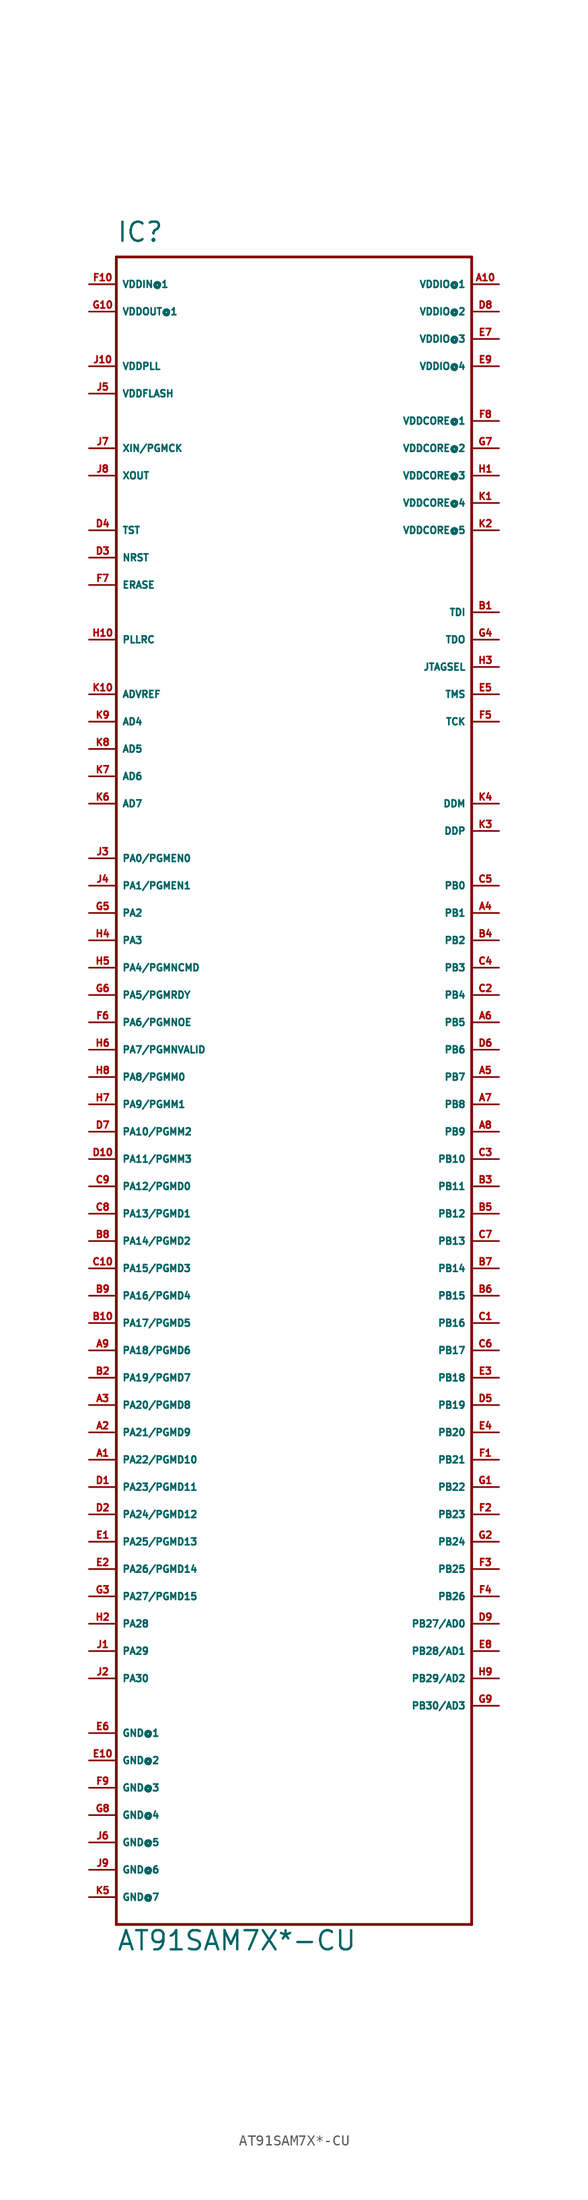
<source format=kicad_sym>
(kicad_symbol_lib
  (version 20220914)
  (generator Eagle2Kicad)
  (symbol "AT91SAM7X*-CU"
    (property "Reference" "IC"
      (at -17.78 77.47 0)
      (effects (font (size 1.778 1.778) (thickness 0.22)) (justify left bottom)))
    (property "Value" "AT91SAM7X*-CU"
      (at -17.78 -81.28 0)
      (effects (font (size 1.778 1.778) (thickness 0.22)) (justify left bottom)))
    (polyline
      (pts (xy -17.78 76.2) (xy 15.24 76.2))
      (stroke (width 0.254) (type default))
      (fill (type none)))
    (polyline
      (pts (xy 15.24 76.2) (xy 15.24 -78.74))
      (stroke (width 0.254) (type default))
      (fill (type none)))
    (polyline
      (pts (xy 15.24 -78.74) (xy -17.78 -78.74))
      (stroke (width 0.254) (type default))
      (fill (type none)))
    (polyline
      (pts (xy -17.78 -78.74) (xy -17.78 76.2))
      (stroke (width 0.254) (type default))
      (fill (type none)))
    (pin bidirectional line
      (at -20.32 35.56 0)
      (length 2.54)
      (name "ADVREF" (effects (font (size 0.635 0.635) (thickness 0.08)) (justify left bottom)))
      (number "K10" (effects (font (size 0.635 0.635) (thickness 0.08)) (justify left bottom))))
    (pin bidirectional line
      (at -20.32 -60.96 0)
      (length 2.54)
      (name "GND@1" (effects (font (size 0.635 0.635) (thickness 0.08)) (justify left bottom)))
      (number "E6" (effects (font (size 0.635 0.635) (thickness 0.08)) (justify left bottom))))
    (pin bidirectional line
      (at -20.32 33.02 0)
      (length 2.54)
      (name "AD4" (effects (font (size 0.635 0.635) (thickness 0.08)) (justify left bottom)))
      (number "K9" (effects (font (size 0.635 0.635) (thickness 0.08)) (justify left bottom))))
    (pin bidirectional line
      (at -20.32 30.48 0)
      (length 2.54)
      (name "AD5" (effects (font (size 0.635 0.635) (thickness 0.08)) (justify left bottom)))
      (number "K8" (effects (font (size 0.635 0.635) (thickness 0.08)) (justify left bottom))))
    (pin bidirectional line
      (at -20.32 27.94 0)
      (length 2.54)
      (name "AD6" (effects (font (size 0.635 0.635) (thickness 0.08)) (justify left bottom)))
      (number "K7" (effects (font (size 0.635 0.635) (thickness 0.08)) (justify left bottom))))
    (pin bidirectional line
      (at -20.32 25.4 0)
      (length 2.54)
      (name "AD7" (effects (font (size 0.635 0.635) (thickness 0.08)) (justify left bottom)))
      (number "K6" (effects (font (size 0.635 0.635) (thickness 0.08)) (justify left bottom))))
    (pin output line
      (at -20.32 71.12 0)
      (length 2.54)
      (name "VDDOUT@1" (effects (font (size 0.635 0.635) (thickness 0.08)) (justify left bottom)))
      (number "G10" (effects (font (size 0.635 0.635) (thickness 0.08)) (justify left bottom))))
    (pin bidirectional line
      (at -20.32 73.66 0)
      (length 2.54)
      (name "VDDIN@1" (effects (font (size 0.635 0.635) (thickness 0.08)) (justify left bottom)))
      (number "F10" (effects (font (size 0.635 0.635) (thickness 0.08)) (justify left bottom))))
    (pin bidirectional line
      (at 17.78 -50.8 180)
      (length 2.54)
      (name "PB27/AD0" (effects (font (size 0.635 0.635) (thickness 0.08)) (justify left bottom)))
      (number "D9" (effects (font (size 0.635 0.635) (thickness 0.08)) (justify left bottom))))
    (pin bidirectional line
      (at 17.78 -53.34 180)
      (length 2.54)
      (name "PB28/AD1" (effects (font (size 0.635 0.635) (thickness 0.08)) (justify left bottom)))
      (number "E8" (effects (font (size 0.635 0.635) (thickness 0.08)) (justify left bottom))))
    (pin bidirectional line
      (at 17.78 -55.88 180)
      (length 2.54)
      (name "PB29/AD2" (effects (font (size 0.635 0.635) (thickness 0.08)) (justify left bottom)))
      (number "H9" (effects (font (size 0.635 0.635) (thickness 0.08)) (justify left bottom))))
    (pin bidirectional line
      (at 17.78 -58.42 180)
      (length 2.54)
      (name "PB30/AD3" (effects (font (size 0.635 0.635) (thickness 0.08)) (justify left bottom)))
      (number "G9" (effects (font (size 0.635 0.635) (thickness 0.08)) (justify left bottom))))
    (pin bidirectional line
      (at -20.32 0 0)
      (length 2.54)
      (name "PA8/PGMM0" (effects (font (size 0.635 0.635) (thickness 0.08)) (justify left bottom)))
      (number "H8" (effects (font (size 0.635 0.635) (thickness 0.08)) (justify left bottom))))
    (pin bidirectional line
      (at -20.32 -2.54 0)
      (length 2.54)
      (name "PA9/PGMM1" (effects (font (size 0.635 0.635) (thickness 0.08)) (justify left bottom)))
      (number "H7" (effects (font (size 0.635 0.635) (thickness 0.08)) (justify left bottom))))
    (pin bidirectional line
      (at 17.78 60.96 180)
      (length 2.54)
      (name "VDDCORE@1" (effects (font (size 0.635 0.635) (thickness 0.08)) (justify left bottom)))
      (number "F8" (effects (font (size 0.635 0.635) (thickness 0.08)) (justify left bottom))))
    (pin bidirectional line
      (at -20.32 -63.5 0)
      (length 2.54)
      (name "GND@2" (effects (font (size 0.635 0.635) (thickness 0.08)) (justify left bottom)))
      (number "E10" (effects (font (size 0.635 0.635) (thickness 0.08)) (justify left bottom))))
    (pin bidirectional line
      (at 17.78 73.66 180)
      (length 2.54)
      (name "VDDIO@1" (effects (font (size 0.635 0.635) (thickness 0.08)) (justify left bottom)))
      (number "A10" (effects (font (size 0.635 0.635) (thickness 0.08)) (justify left bottom))))
    (pin bidirectional line
      (at -20.32 -5.08 0)
      (length 2.54)
      (name "PA10/PGMM2" (effects (font (size 0.635 0.635) (thickness 0.08)) (justify left bottom)))
      (number "D7" (effects (font (size 0.635 0.635) (thickness 0.08)) (justify left bottom))))
    (pin bidirectional line
      (at -20.32 -7.62 0)
      (length 2.54)
      (name "PA11/PGMM3" (effects (font (size 0.635 0.635) (thickness 0.08)) (justify left bottom)))
      (number "D10" (effects (font (size 0.635 0.635) (thickness 0.08)) (justify left bottom))))
    (pin bidirectional line
      (at -20.32 -10.16 0)
      (length 2.54)
      (name "PA12/PGMD0" (effects (font (size 0.635 0.635) (thickness 0.08)) (justify left bottom)))
      (number "C9" (effects (font (size 0.635 0.635) (thickness 0.08)) (justify left bottom))))
    (pin bidirectional line
      (at -20.32 -12.7 0)
      (length 2.54)
      (name "PA13/PGMD1" (effects (font (size 0.635 0.635) (thickness 0.08)) (justify left bottom)))
      (number "C8" (effects (font (size 0.635 0.635) (thickness 0.08)) (justify left bottom))))
    (pin bidirectional line
      (at -20.32 -15.24 0)
      (length 2.54)
      (name "PA14/PGMD2" (effects (font (size 0.635 0.635) (thickness 0.08)) (justify left bottom)))
      (number "B8" (effects (font (size 0.635 0.635) (thickness 0.08)) (justify left bottom))))
    (pin bidirectional line
      (at -20.32 -17.78 0)
      (length 2.54)
      (name "PA15/PGMD3" (effects (font (size 0.635 0.635) (thickness 0.08)) (justify left bottom)))
      (number "C10" (effects (font (size 0.635 0.635) (thickness 0.08)) (justify left bottom))))
    (pin bidirectional line
      (at -20.32 -20.32 0)
      (length 2.54)
      (name "PA16/PGMD4" (effects (font (size 0.635 0.635) (thickness 0.08)) (justify left bottom)))
      (number "B9" (effects (font (size 0.635 0.635) (thickness 0.08)) (justify left bottom))))
    (pin bidirectional line
      (at -20.32 -22.86 0)
      (length 2.54)
      (name "PA17/PGMD5" (effects (font (size 0.635 0.635) (thickness 0.08)) (justify left bottom)))
      (number "B10" (effects (font (size 0.635 0.635) (thickness 0.08)) (justify left bottom))))
    (pin bidirectional line
      (at -20.32 -25.4 0)
      (length 2.54)
      (name "PA18/PGMD6" (effects (font (size 0.635 0.635) (thickness 0.08)) (justify left bottom)))
      (number "A9" (effects (font (size 0.635 0.635) (thickness 0.08)) (justify left bottom))))
    (pin bidirectional line
      (at 17.78 -5.08 180)
      (length 2.54)
      (name "PB9" (effects (font (size 0.635 0.635) (thickness 0.08)) (justify left bottom)))
      (number "A8" (effects (font (size 0.635 0.635) (thickness 0.08)) (justify left bottom))))
    (pin bidirectional line
      (at 17.78 15.24 180)
      (length 2.54)
      (name "PB1" (effects (font (size 0.635 0.635) (thickness 0.08)) (justify left bottom)))
      (number "A4" (effects (font (size 0.635 0.635) (thickness 0.08)) (justify left bottom))))
    (pin bidirectional line
      (at 17.78 12.7 180)
      (length 2.54)
      (name "PB2" (effects (font (size 0.635 0.635) (thickness 0.08)) (justify left bottom)))
      (number "B4" (effects (font (size 0.635 0.635) (thickness 0.08)) (justify left bottom))))
    (pin bidirectional line
      (at 17.78 10.16 180)
      (length 2.54)
      (name "PB3" (effects (font (size 0.635 0.635) (thickness 0.08)) (justify left bottom)))
      (number "C4" (effects (font (size 0.635 0.635) (thickness 0.08)) (justify left bottom))))
    (pin bidirectional line
      (at 17.78 7.62 180)
      (length 2.54)
      (name "PB4" (effects (font (size 0.635 0.635) (thickness 0.08)) (justify left bottom)))
      (number "C2" (effects (font (size 0.635 0.635) (thickness 0.08)) (justify left bottom))))
    (pin bidirectional line
      (at 17.78 5.08 180)
      (length 2.54)
      (name "PB5" (effects (font (size 0.635 0.635) (thickness 0.08)) (justify left bottom)))
      (number "A6" (effects (font (size 0.635 0.635) (thickness 0.08)) (justify left bottom))))
    (pin bidirectional line
      (at 17.78 2.54 180)
      (length 2.54)
      (name "PB6" (effects (font (size 0.635 0.635) (thickness 0.08)) (justify left bottom)))
      (number "D6" (effects (font (size 0.635 0.635) (thickness 0.08)) (justify left bottom))))
    (pin bidirectional line
      (at 17.78 0 180)
      (length 2.54)
      (name "PB7" (effects (font (size 0.635 0.635) (thickness 0.08)) (justify left bottom)))
      (number "A5" (effects (font (size 0.635 0.635) (thickness 0.08)) (justify left bottom))))
    (pin bidirectional line
      (at 17.78 -2.54 180)
      (length 2.54)
      (name "PB8" (effects (font (size 0.635 0.635) (thickness 0.08)) (justify left bottom)))
      (number "A7" (effects (font (size 0.635 0.635) (thickness 0.08)) (justify left bottom))))
    (pin bidirectional line
      (at 17.78 -7.62 180)
      (length 2.54)
      (name "PB10" (effects (font (size 0.635 0.635) (thickness 0.08)) (justify left bottom)))
      (number "C3" (effects (font (size 0.635 0.635) (thickness 0.08)) (justify left bottom))))
    (pin bidirectional line
      (at 17.78 -10.16 180)
      (length 2.54)
      (name "PB11" (effects (font (size 0.635 0.635) (thickness 0.08)) (justify left bottom)))
      (number "B3" (effects (font (size 0.635 0.635) (thickness 0.08)) (justify left bottom))))
    (pin bidirectional line
      (at 17.78 -12.7 180)
      (length 2.54)
      (name "PB12" (effects (font (size 0.635 0.635) (thickness 0.08)) (justify left bottom)))
      (number "B5" (effects (font (size 0.635 0.635) (thickness 0.08)) (justify left bottom))))
    (pin bidirectional line
      (at 17.78 -15.24 180)
      (length 2.54)
      (name "PB13" (effects (font (size 0.635 0.635) (thickness 0.08)) (justify left bottom)))
      (number "C7" (effects (font (size 0.635 0.635) (thickness 0.08)) (justify left bottom))))
    (pin bidirectional line
      (at 17.78 -17.78 180)
      (length 2.54)
      (name "PB14" (effects (font (size 0.635 0.635) (thickness 0.08)) (justify left bottom)))
      (number "B7" (effects (font (size 0.635 0.635) (thickness 0.08)) (justify left bottom))))
    (pin bidirectional line
      (at 17.78 -20.32 180)
      (length 2.54)
      (name "PB15" (effects (font (size 0.635 0.635) (thickness 0.08)) (justify left bottom)))
      (number "B6" (effects (font (size 0.635 0.635) (thickness 0.08)) (justify left bottom))))
    (pin bidirectional line
      (at 17.78 -22.86 180)
      (length 2.54)
      (name "PB16" (effects (font (size 0.635 0.635) (thickness 0.08)) (justify left bottom)))
      (number "C1" (effects (font (size 0.635 0.635) (thickness 0.08)) (justify left bottom))))
    (pin bidirectional line
      (at 17.78 -25.4 180)
      (length 2.54)
      (name "PB17" (effects (font (size 0.635 0.635) (thickness 0.08)) (justify left bottom)))
      (number "C6" (effects (font (size 0.635 0.635) (thickness 0.08)) (justify left bottom))))
    (pin bidirectional line
      (at 17.78 -27.94 180)
      (length 2.54)
      (name "PB18" (effects (font (size 0.635 0.635) (thickness 0.08)) (justify left bottom)))
      (number "E3" (effects (font (size 0.635 0.635) (thickness 0.08)) (justify left bottom))))
    (pin bidirectional line
      (at -20.32 -27.94 0)
      (length 2.54)
      (name "PA19/PGMD7" (effects (font (size 0.635 0.635) (thickness 0.08)) (justify left bottom)))
      (number "B2" (effects (font (size 0.635 0.635) (thickness 0.08)) (justify left bottom))))
    (pin bidirectional line
      (at -20.32 -30.48 0)
      (length 2.54)
      (name "PA20/PGMD8" (effects (font (size 0.635 0.635) (thickness 0.08)) (justify left bottom)))
      (number "A3" (effects (font (size 0.635 0.635) (thickness 0.08)) (justify left bottom))))
    (pin bidirectional line
      (at 17.78 -35.56 180)
      (length 2.54)
      (name "PB21" (effects (font (size 0.635 0.635) (thickness 0.08)) (justify left bottom)))
      (number "F1" (effects (font (size 0.635 0.635) (thickness 0.08)) (justify left bottom))))
    (pin bidirectional line
      (at 17.78 -38.1 180)
      (length 2.54)
      (name "PB22" (effects (font (size 0.635 0.635) (thickness 0.08)) (justify left bottom)))
      (number "G1" (effects (font (size 0.635 0.635) (thickness 0.08)) (justify left bottom))))
    (pin bidirectional line
      (at 17.78 -40.64 180)
      (length 2.54)
      (name "PB23" (effects (font (size 0.635 0.635) (thickness 0.08)) (justify left bottom)))
      (number "F2" (effects (font (size 0.635 0.635) (thickness 0.08)) (justify left bottom))))
    (pin bidirectional line
      (at 17.78 -43.18 180)
      (length 2.54)
      (name "PB24" (effects (font (size 0.635 0.635) (thickness 0.08)) (justify left bottom)))
      (number "G2" (effects (font (size 0.635 0.635) (thickness 0.08)) (justify left bottom))))
    (pin bidirectional line
      (at 17.78 -45.72 180)
      (length 2.54)
      (name "PB25" (effects (font (size 0.635 0.635) (thickness 0.08)) (justify left bottom)))
      (number "F3" (effects (font (size 0.635 0.635) (thickness 0.08)) (justify left bottom))))
    (pin bidirectional line
      (at 17.78 -48.26 180)
      (length 2.54)
      (name "PB26" (effects (font (size 0.635 0.635) (thickness 0.08)) (justify left bottom)))
      (number "F4" (effects (font (size 0.635 0.635) (thickness 0.08)) (justify left bottom))))
    (pin bidirectional line
      (at -20.32 -66.04 0)
      (length 2.54)
      (name "GND@3" (effects (font (size 0.635 0.635) (thickness 0.08)) (justify left bottom)))
      (number "F9" (effects (font (size 0.635 0.635) (thickness 0.08)) (justify left bottom))))
    (pin bidirectional line
      (at 17.78 71.12 180)
      (length 2.54)
      (name "VDDIO@2" (effects (font (size 0.635 0.635) (thickness 0.08)) (justify left bottom)))
      (number "D8" (effects (font (size 0.635 0.635) (thickness 0.08)) (justify left bottom))))
    (pin bidirectional line
      (at 17.78 58.42 180)
      (length 2.54)
      (name "VDDCORE@2" (effects (font (size 0.635 0.635) (thickness 0.08)) (justify left bottom)))
      (number "G7" (effects (font (size 0.635 0.635) (thickness 0.08)) (justify left bottom))))
    (pin bidirectional line
      (at 17.78 17.78 180)
      (length 2.54)
      (name "PB0" (effects (font (size 0.635 0.635) (thickness 0.08)) (justify left bottom)))
      (number "C5" (effects (font (size 0.635 0.635) (thickness 0.08)) (justify left bottom))))
    (pin bidirectional line
      (at 17.78 68.58 180)
      (length 2.54)
      (name "VDDIO@3" (effects (font (size 0.635 0.635) (thickness 0.08)) (justify left bottom)))
      (number "E7" (effects (font (size 0.635 0.635) (thickness 0.08)) (justify left bottom))))
    (pin bidirectional line
      (at -20.32 -33.02 0)
      (length 2.54)
      (name "PA21/PGMD9" (effects (font (size 0.635 0.635) (thickness 0.08)) (justify left bottom)))
      (number "A2" (effects (font (size 0.635 0.635) (thickness 0.08)) (justify left bottom))))
    (pin bidirectional line
      (at -20.32 -35.56 0)
      (length 2.54)
      (name "PA22/PGMD10" (effects (font (size 0.635 0.635) (thickness 0.08)) (justify left bottom)))
      (number "A1" (effects (font (size 0.635 0.635) (thickness 0.08)) (justify left bottom))))
    (pin bidirectional line
      (at 17.78 43.18 180)
      (length 2.54)
      (name "TDI" (effects (font (size 0.635 0.635) (thickness 0.08)) (justify left bottom)))
      (number "B1" (effects (font (size 0.635 0.635) (thickness 0.08)) (justify left bottom))))
    (pin bidirectional line
      (at -20.32 -68.58 0)
      (length 2.54)
      (name "GND@4" (effects (font (size 0.635 0.635) (thickness 0.08)) (justify left bottom)))
      (number "G8" (effects (font (size 0.635 0.635) (thickness 0.08)) (justify left bottom))))
    (pin bidirectional line
      (at -20.32 -38.1 0)
      (length 2.54)
      (name "PA23/PGMD11" (effects (font (size 0.635 0.635) (thickness 0.08)) (justify left bottom)))
      (number "D1" (effects (font (size 0.635 0.635) (thickness 0.08)) (justify left bottom))))
    (pin bidirectional line
      (at -20.32 -40.64 0)
      (length 2.54)
      (name "PA24/PGMD12" (effects (font (size 0.635 0.635) (thickness 0.08)) (justify left bottom)))
      (number "D2" (effects (font (size 0.635 0.635) (thickness 0.08)) (justify left bottom))))
    (pin bidirectional line
      (at -20.32 48.26 0)
      (length 2.54)
      (name "NRST" (effects (font (size 0.635 0.635) (thickness 0.08)) (justify left bottom)))
      (number "D3" (effects (font (size 0.635 0.635) (thickness 0.08)) (justify left bottom))))
    (pin bidirectional line
      (at -20.32 50.8 0)
      (length 2.54)
      (name "TST" (effects (font (size 0.635 0.635) (thickness 0.08)) (justify left bottom)))
      (number "D4" (effects (font (size 0.635 0.635) (thickness 0.08)) (justify left bottom))))
    (pin bidirectional line
      (at -20.32 -43.18 0)
      (length 2.54)
      (name "PA25/PGMD13" (effects (font (size 0.635 0.635) (thickness 0.08)) (justify left bottom)))
      (number "E1" (effects (font (size 0.635 0.635) (thickness 0.08)) (justify left bottom))))
    (pin bidirectional line
      (at -20.32 -45.72 0)
      (length 2.54)
      (name "PA26/PGMD14" (effects (font (size 0.635 0.635) (thickness 0.08)) (justify left bottom)))
      (number "E2" (effects (font (size 0.635 0.635) (thickness 0.08)) (justify left bottom))))
    (pin bidirectional line
      (at 17.78 66.04 180)
      (length 2.54)
      (name "VDDIO@4" (effects (font (size 0.635 0.635) (thickness 0.08)) (justify left bottom)))
      (number "E9" (effects (font (size 0.635 0.635) (thickness 0.08)) (justify left bottom))))
    (pin bidirectional line
      (at 17.78 55.88 180)
      (length 2.54)
      (name "VDDCORE@3" (effects (font (size 0.635 0.635) (thickness 0.08)) (justify left bottom)))
      (number "H1" (effects (font (size 0.635 0.635) (thickness 0.08)) (justify left bottom))))
    (pin bidirectional line
      (at 17.78 -30.48 180)
      (length 2.54)
      (name "PB19" (effects (font (size 0.635 0.635) (thickness 0.08)) (justify left bottom)))
      (number "D5" (effects (font (size 0.635 0.635) (thickness 0.08)) (justify left bottom))))
    (pin bidirectional line
      (at 17.78 -33.02 180)
      (length 2.54)
      (name "PB20" (effects (font (size 0.635 0.635) (thickness 0.08)) (justify left bottom)))
      (number "E4" (effects (font (size 0.635 0.635) (thickness 0.08)) (justify left bottom))))
    (pin bidirectional line
      (at -20.32 -71.12 0)
      (length 2.54)
      (name "GND@5" (effects (font (size 0.635 0.635) (thickness 0.08)) (justify left bottom)))
      (number "J6" (effects (font (size 0.635 0.635) (thickness 0.08)) (justify left bottom))))
    (pin bidirectional line
      (at -20.32 -48.26 0)
      (length 2.54)
      (name "PA27/PGMD15" (effects (font (size 0.635 0.635) (thickness 0.08)) (justify left bottom)))
      (number "G3" (effects (font (size 0.635 0.635) (thickness 0.08)) (justify left bottom))))
    (pin bidirectional line
      (at -20.32 -50.8 0)
      (length 2.54)
      (name "PA28" (effects (font (size 0.635 0.635) (thickness 0.08)) (justify left bottom)))
      (number "H2" (effects (font (size 0.635 0.635) (thickness 0.08)) (justify left bottom))))
    (pin bidirectional line
      (at -20.32 15.24 0)
      (length 2.54)
      (name "PA2" (effects (font (size 0.635 0.635) (thickness 0.08)) (justify left bottom)))
      (number "G5" (effects (font (size 0.635 0.635) (thickness 0.08)) (justify left bottom))))
    (pin bidirectional line
      (at -20.32 12.7 0)
      (length 2.54)
      (name "PA3" (effects (font (size 0.635 0.635) (thickness 0.08)) (justify left bottom)))
      (number "H4" (effects (font (size 0.635 0.635) (thickness 0.08)) (justify left bottom))))
    (pin bidirectional line
      (at -20.32 10.16 0)
      (length 2.54)
      (name "PA4/PGMNCMD" (effects (font (size 0.635 0.635) (thickness 0.08)) (justify left bottom)))
      (number "H5" (effects (font (size 0.635 0.635) (thickness 0.08)) (justify left bottom))))
    (pin bidirectional line
      (at -20.32 7.62 0)
      (length 2.54)
      (name "PA5/PGMRDY" (effects (font (size 0.635 0.635) (thickness 0.08)) (justify left bottom)))
      (number "G6" (effects (font (size 0.635 0.635) (thickness 0.08)) (justify left bottom))))
    (pin bidirectional line
      (at -20.32 5.08 0)
      (length 2.54)
      (name "PA6/PGMNOE" (effects (font (size 0.635 0.635) (thickness 0.08)) (justify left bottom)))
      (number "F6" (effects (font (size 0.635 0.635) (thickness 0.08)) (justify left bottom))))
    (pin bidirectional line
      (at -20.32 2.54 0)
      (length 2.54)
      (name "PA7/PGMNVALID" (effects (font (size 0.635 0.635) (thickness 0.08)) (justify left bottom)))
      (number "H6" (effects (font (size 0.635 0.635) (thickness 0.08)) (justify left bottom))))
    (pin bidirectional line
      (at -20.32 -53.34 0)
      (length 2.54)
      (name "PA29" (effects (font (size 0.635 0.635) (thickness 0.08)) (justify left bottom)))
      (number "J1" (effects (font (size 0.635 0.635) (thickness 0.08)) (justify left bottom))))
    (pin bidirectional line
      (at 17.78 40.64 180)
      (length 2.54)
      (name "TDO" (effects (font (size 0.635 0.635) (thickness 0.08)) (justify left bottom)))
      (number "G4" (effects (font (size 0.635 0.635) (thickness 0.08)) (justify left bottom))))
    (pin bidirectional line
      (at 17.78 38.1 180)
      (length 2.54)
      (name "JTAGSEL" (effects (font (size 0.635 0.635) (thickness 0.08)) (justify left bottom)))
      (number "H3" (effects (font (size 0.635 0.635) (thickness 0.08)) (justify left bottom))))
    (pin bidirectional line
      (at 17.78 35.56 180)
      (length 2.54)
      (name "TMS" (effects (font (size 0.635 0.635) (thickness 0.08)) (justify left bottom)))
      (number "E5" (effects (font (size 0.635 0.635) (thickness 0.08)) (justify left bottom))))
    (pin bidirectional line
      (at 17.78 33.02 180)
      (length 2.54)
      (name "TCK" (effects (font (size 0.635 0.635) (thickness 0.08)) (justify left bottom)))
      (number "F5" (effects (font (size 0.635 0.635) (thickness 0.08)) (justify left bottom))))
    (pin bidirectional line
      (at -20.32 -55.88 0)
      (length 2.54)
      (name "PA30" (effects (font (size 0.635 0.635) (thickness 0.08)) (justify left bottom)))
      (number "J2" (effects (font (size 0.635 0.635) (thickness 0.08)) (justify left bottom))))
    (pin bidirectional line
      (at -20.32 20.32 0)
      (length 2.54)
      (name "PA0/PGMEN0" (effects (font (size 0.635 0.635) (thickness 0.08)) (justify left bottom)))
      (number "J3" (effects (font (size 0.635 0.635) (thickness 0.08)) (justify left bottom))))
    (pin bidirectional line
      (at -20.32 17.78 0)
      (length 2.54)
      (name "PA1/PGMEN1" (effects (font (size 0.635 0.635) (thickness 0.08)) (justify left bottom)))
      (number "J4" (effects (font (size 0.635 0.635) (thickness 0.08)) (justify left bottom))))
    (pin bidirectional line
      (at -20.32 -73.66 0)
      (length 2.54)
      (name "GND@6" (effects (font (size 0.635 0.635) (thickness 0.08)) (justify left bottom)))
      (number "J9" (effects (font (size 0.635 0.635) (thickness 0.08)) (justify left bottom))))
    (pin bidirectional line
      (at 17.78 50.8 180)
      (length 2.54)
      (name "VDDCORE@5" (effects (font (size 0.635 0.635) (thickness 0.08)) (justify left bottom)))
      (number "K2" (effects (font (size 0.635 0.635) (thickness 0.08)) (justify left bottom))))
    (pin bidirectional line
      (at 17.78 53.34 180)
      (length 2.54)
      (name "VDDCORE@4" (effects (font (size 0.635 0.635) (thickness 0.08)) (justify left bottom)))
      (number "K1" (effects (font (size 0.635 0.635) (thickness 0.08)) (justify left bottom))))
    (pin bidirectional line
      (at -20.32 45.72 0)
      (length 2.54)
      (name "ERASE" (effects (font (size 0.635 0.635) (thickness 0.08)) (justify left bottom)))
      (number "F7" (effects (font (size 0.635 0.635) (thickness 0.08)) (justify left bottom))))
    (pin bidirectional line
      (at 17.78 25.4 180)
      (length 2.54)
      (name "DDM" (effects (font (size 0.635 0.635) (thickness 0.08)) (justify left bottom)))
      (number "K4" (effects (font (size 0.635 0.635) (thickness 0.08)) (justify left bottom))))
    (pin bidirectional line
      (at 17.78 22.86 180)
      (length 2.54)
      (name "DDP" (effects (font (size 0.635 0.635) (thickness 0.08)) (justify left bottom)))
      (number "K3" (effects (font (size 0.635 0.635) (thickness 0.08)) (justify left bottom))))
    (pin bidirectional line
      (at -20.32 63.5 0)
      (length 2.54)
      (name "VDDFLASH" (effects (font (size 0.635 0.635) (thickness 0.08)) (justify left bottom)))
      (number "J5" (effects (font (size 0.635 0.635) (thickness 0.08)) (justify left bottom))))
    (pin bidirectional line
      (at -20.32 -76.2 0)
      (length 2.54)
      (name "GND@7" (effects (font (size 0.635 0.635) (thickness 0.08)) (justify left bottom)))
      (number "K5" (effects (font (size 0.635 0.635) (thickness 0.08)) (justify left bottom))))
    (pin output line
      (at -20.32 55.88 0)
      (length 2.54)
      (name "XOUT" (effects (font (size 0.635 0.635) (thickness 0.08)) (justify left bottom)))
      (number "J8" (effects (font (size 0.635 0.635) (thickness 0.08)) (justify left bottom))))
    (pin bidirectional line
      (at -20.32 40.64 0)
      (length 2.54)
      (name "PLLRC" (effects (font (size 0.635 0.635) (thickness 0.08)) (justify left bottom)))
      (number "H10" (effects (font (size 0.635 0.635) (thickness 0.08)) (justify left bottom))))
    (pin bidirectional line
      (at -20.32 66.04 0)
      (length 2.54)
      (name "VDDPLL" (effects (font (size 0.635 0.635) (thickness 0.08)) (justify left bottom)))
      (number "J10" (effects (font (size 0.635 0.635) (thickness 0.08)) (justify left bottom))))
    (pin bidirectional line
      (at -20.32 58.42 0)
      (length 2.54)
      (name "XIN/PGMCK" (effects (font (size 0.635 0.635) (thickness 0.08)) (justify left bottom)))
      (number "J7" (effects (font (size 0.635 0.635) (thickness 0.08)) (justify left bottom))))))
</source>
